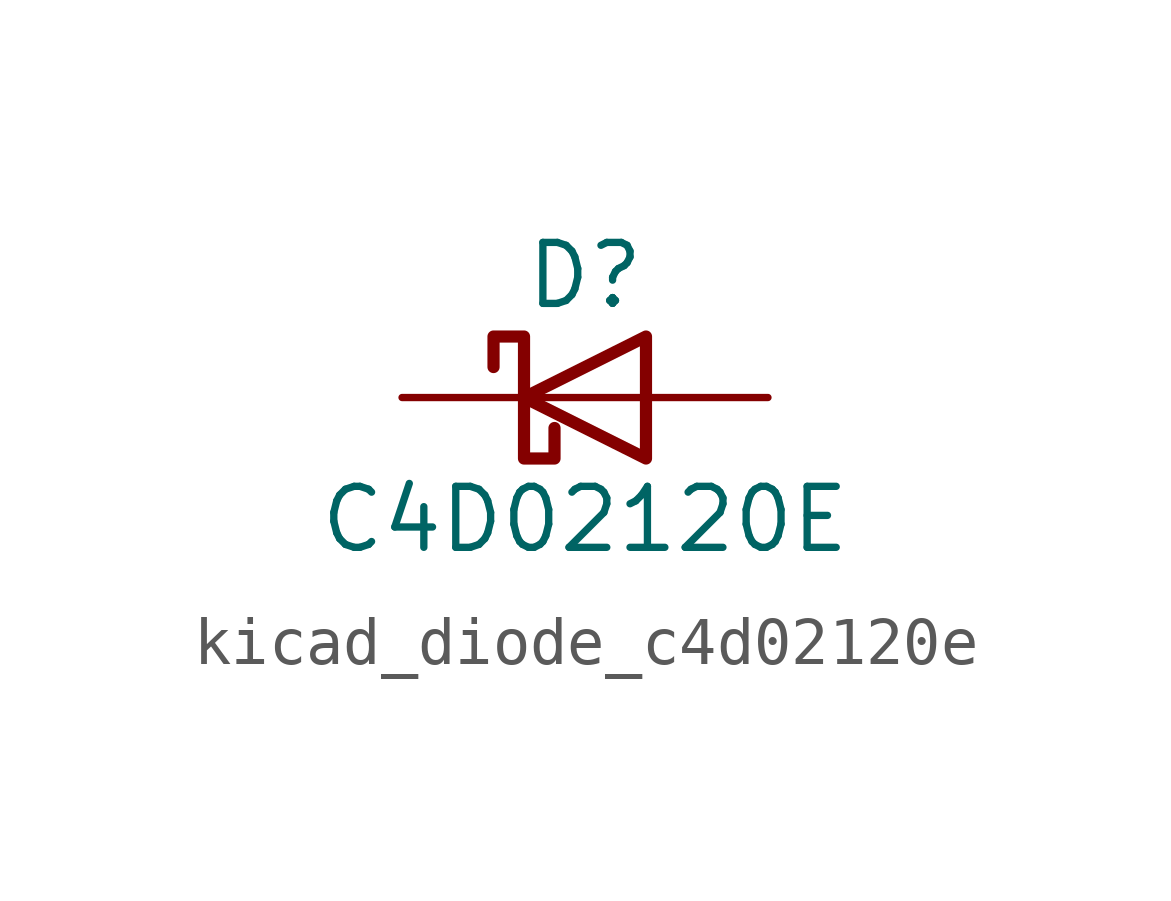
<source format=kicad_sym>
(kicad_symbol_lib
  (version 20220914)
  (generator kicad_symbol_editor)
  (symbol "kicad_diode_c4d02120e"
    (pin_numbers hide)
    (pin_names
      (offset 1.016) hide)
    (property "Reference" "D"
      (at 0 2.54 0)
      (effects (font (size 1.27 1.27))))
    (property "Value" "C4D02120E"
      (at 0 -2.54 0)
      (effects (font (size 1.27 1.27))))
    (symbol "kicad_diode_c4d02120e_0_1"
      (polyline (pts (xy 1.27 0) (xy -1.27 0)) (stroke (width 0) (type default)) (fill (type none)))
      (polyline (pts (xy 1.27 1.27) (xy 1.27 -1.27) (xy -1.27 0) (xy 1.27 1.27)) (stroke (width 0.254) (type default)) (fill (type none)))
      (polyline (pts (xy -1.905 0.635) (xy -1.905 1.27) (xy -1.27 1.27) (xy -1.27 -1.27) (xy -0.635 -1.27) (xy -0.635 -0.635)) (stroke (width 0.254) (type default)) (fill (type none))))
    (symbol "kicad_diode_c4d02120e_1_1"
      (pin passive line (at -3.81 0 0) (length 2.54) (name "K" (effects (font (size 1.27 1.27)))) (number "1" (effects (font (size 1.27 1.27)))))
      (pin passive line (at 3.81 0 180) (length 2.54) (name "A" (effects (font (size 1.27 1.27)))) (number "2" (effects (font (size 1.27 1.27))))))))
</source>
